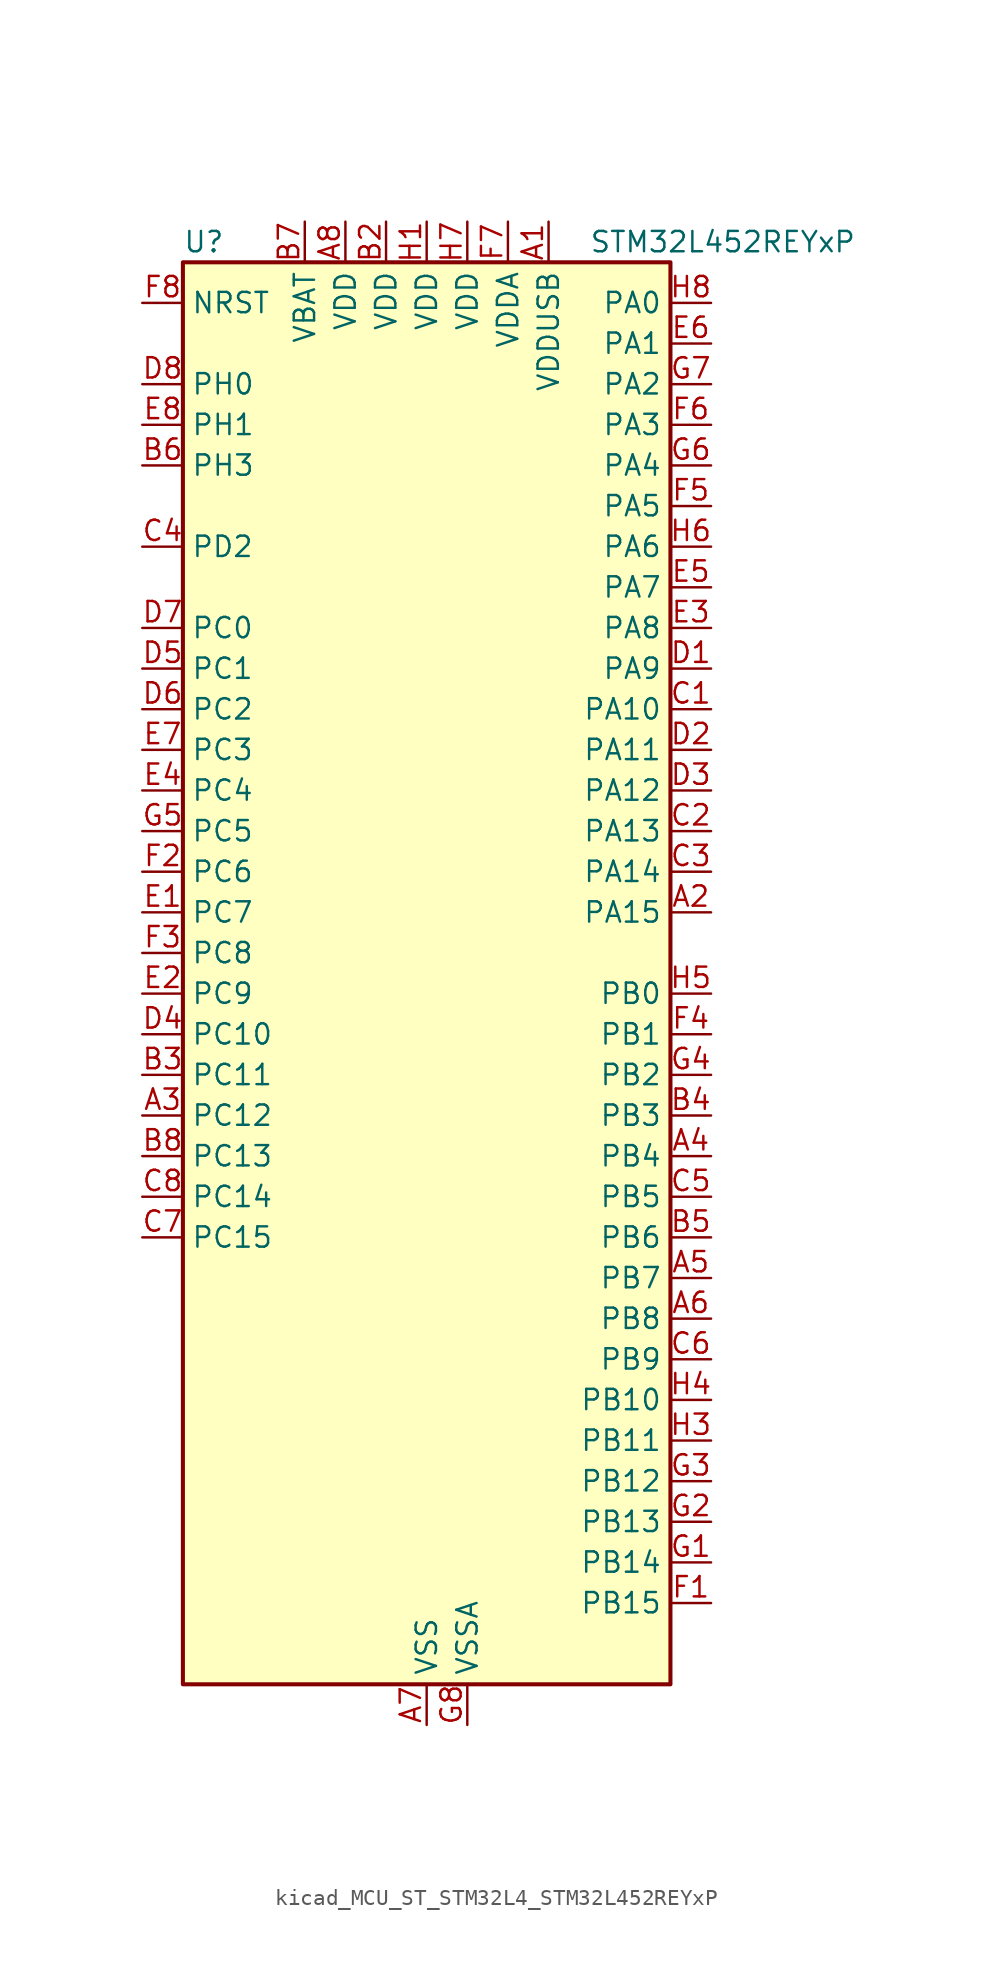
<source format=kicad_sym>
(kicad_symbol_lib
  (version 20220914)
  (generator kicad_symbol_editor)
  (symbol "kicad_MCU_ST_STM32L4_STM32L452REYxP"
    (property "Reference" "U"
      (at -15.24 46.99 0)
      (effects (font (size 1.27 1.27)) (justify left)))
    (property "Value" "STM32L452REYxP"
      (at 10.16 46.99 0)
      (effects (font (size 1.27 1.27)) (justify left)))
    (property "ki_locked" ""
      (at 0 0 0)
      (effects (font (size 1.27 1.27))))
    (symbol "kicad_MCU_ST_STM32L4_STM32L452REYxP_0_1"
      (rectangle (start -15.24 -43.18) (end 15.24 45.72) (stroke (width 0.254) (type default)) (fill (type background))))
    (symbol "kicad_MCU_ST_STM32L4_STM32L452REYxP_1_1"
      (pin power_in line (at 7.62 48.26 270) (length 2.54) (name "VDDUSB" (effects (font (size 1.27 1.27)))) (number "A1" (effects (font (size 1.27 1.27)))))
      (pin bidirectional line (at 17.78 5.08 180) (length 2.54) (name "PA15" (effects (font (size 1.27 1.27)))) (number "A2" (effects (font (size 1.27 1.27)))) (alternate "ADC1_EXTI15" bidirectional line) (alternate "SPI1_NSS" bidirectional line) (alternate "SPI3_NSS" bidirectional line) (alternate "SYS_JTDI" bidirectional line) (alternate "TIM2_CH1" bidirectional line) (alternate "TIM2_ETR" bidirectional line) (alternate "TSC_G3_IO1" bidirectional line) (alternate "UART4_DE" bidirectional line) (alternate "UART4_RTS" bidirectional line) (alternate "USART2_RX" bidirectional line) (alternate "USART3_DE" bidirectional line) (alternate "USART3_RTS" bidirectional line))
      (pin bidirectional line (at -17.78 -7.62 0) (length 2.54) (name "PC12" (effects (font (size 1.27 1.27)))) (number "A3" (effects (font (size 1.27 1.27)))) (alternate "SDMMC1_CK" bidirectional line) (alternate "SPI3_MOSI" bidirectional line) (alternate "SYS_TRACED3" bidirectional line) (alternate "TSC_G3_IO4" bidirectional line) (alternate "USART3_CK" bidirectional line))
      (pin bidirectional line (at 17.78 -10.16 180) (length 2.54) (name "PB4" (effects (font (size 1.27 1.27)))) (number "A4" (effects (font (size 1.27 1.27)))) (alternate "COMP2_INP" bidirectional line) (alternate "I2C3_SDA" bidirectional line) (alternate "SAI1_MCLK_B" bidirectional line) (alternate "SPI1_MISO" bidirectional line) (alternate "SPI3_MISO" bidirectional line) (alternate "SYS_JTRST" bidirectional line) (alternate "TIM3_CH1" bidirectional line) (alternate "TSC_G2_IO1" bidirectional line) (alternate "USART1_CTS" bidirectional line))
      (pin bidirectional line (at 17.78 -17.78 180) (length 2.54) (name "PB7" (effects (font (size 1.27 1.27)))) (number "A5" (effects (font (size 1.27 1.27)))) (alternate "COMP2_INM" bidirectional line) (alternate "I2C1_SDA" bidirectional line) (alternate "I2C4_SDA" bidirectional line) (alternate "LPTIM1_IN2" bidirectional line) (alternate "SYS_PVD_IN" bidirectional line) (alternate "TSC_G2_IO4" bidirectional line) (alternate "UART4_CTS" bidirectional line) (alternate "USART1_RX" bidirectional line))
      (pin bidirectional line (at 17.78 -20.32 180) (length 2.54) (name "PB8" (effects (font (size 1.27 1.27)))) (number "A6" (effects (font (size 1.27 1.27)))) (alternate "CAN1_RX" bidirectional line) (alternate "I2C1_SCL" bidirectional line) (alternate "SAI1_MCLK_A" bidirectional line) (alternate "SDMMC1_D4" bidirectional line) (alternate "TIM16_CH1" bidirectional line))
      (pin power_in line (at 0 -45.72 90) (length 2.54) (name "VSS" (effects (font (size 1.27 1.27)))) (number "A7" (effects (font (size 1.27 1.27)))))
      (pin power_in line (at -5.08 48.26 270) (length 2.54) (name "VDD" (effects (font (size 1.27 1.27)))) (number "A8" (effects (font (size 1.27 1.27)))))
      (pin passive line (at 0 -45.72 90) (length 2.54) hide (name "VSS" (effects (font (size 1.27 1.27)))) (number "B1" (effects (font (size 1.27 1.27)))))
      (pin power_in line (at -2.54 48.26 270) (length 2.54) (name "VDD" (effects (font (size 1.27 1.27)))) (number "B2" (effects (font (size 1.27 1.27)))))
      (pin bidirectional line (at -17.78 -5.08 0) (length 2.54) (name "PC11" (effects (font (size 1.27 1.27)))) (number "B3" (effects (font (size 1.27 1.27)))) (alternate "ADC1_EXTI11" bidirectional line) (alternate "SDMMC1_D3" bidirectional line) (alternate "SPI3_MISO" bidirectional line) (alternate "TSC_G3_IO3" bidirectional line) (alternate "UART4_RX" bidirectional line) (alternate "USART3_RX" bidirectional line))
      (pin bidirectional line (at 17.78 -7.62 180) (length 2.54) (name "PB3" (effects (font (size 1.27 1.27)))) (number "B4" (effects (font (size 1.27 1.27)))) (alternate "COMP2_INM" bidirectional line) (alternate "SAI1_SCK_B" bidirectional line) (alternate "SPI1_SCK" bidirectional line) (alternate "SPI3_SCK" bidirectional line) (alternate "SYS_JTDO-SWO" bidirectional line) (alternate "TIM2_CH2" bidirectional line) (alternate "USART1_DE" bidirectional line) (alternate "USART1_RTS" bidirectional line))
      (pin bidirectional line (at 17.78 -15.24 180) (length 2.54) (name "PB6" (effects (font (size 1.27 1.27)))) (number "B5" (effects (font (size 1.27 1.27)))) (alternate "CAN1_TX" bidirectional line) (alternate "COMP2_INP" bidirectional line) (alternate "I2C1_SCL" bidirectional line) (alternate "I2C4_SCL" bidirectional line) (alternate "LPTIM1_ETR" bidirectional line) (alternate "SAI1_FS_B" bidirectional line) (alternate "TIM16_CH1N" bidirectional line) (alternate "TSC_G2_IO3" bidirectional line) (alternate "USART1_TX" bidirectional line))
      (pin bidirectional line (at -17.78 33.02 0) (length 2.54) (name "PH3" (effects (font (size 1.27 1.27)))) (number "B6" (effects (font (size 1.27 1.27)))))
      (pin power_in line (at -7.62 48.26 270) (length 2.54) (name "VBAT" (effects (font (size 1.27 1.27)))) (number "B7" (effects (font (size 1.27 1.27)))))
      (pin bidirectional line (at -17.78 -10.16 0) (length 2.54) (name "PC13" (effects (font (size 1.27 1.27)))) (number "B8" (effects (font (size 1.27 1.27)))) (alternate "RTC_OUT_ALARM" bidirectional line) (alternate "RTC_OUT_CALIB" bidirectional line) (alternate "RTC_TAMP1" bidirectional line) (alternate "RTC_TS" bidirectional line) (alternate "SYS_WKUP2" bidirectional line))
      (pin bidirectional line (at 17.78 17.78 180) (length 2.54) (name "PA10" (effects (font (size 1.27 1.27)))) (number "C1" (effects (font (size 1.27 1.27)))) (alternate "CRS_SYNC" bidirectional line) (alternate "I2C1_SDA" bidirectional line) (alternate "SAI1_SD_A" bidirectional line) (alternate "TIM1_CH3" bidirectional line) (alternate "USART1_RX" bidirectional line))
      (pin bidirectional line (at 17.78 10.16 180) (length 2.54) (name "PA13" (effects (font (size 1.27 1.27)))) (number "C2" (effects (font (size 1.27 1.27)))) (alternate "IR_OUT" bidirectional line) (alternate "SAI1_SD_B" bidirectional line) (alternate "SYS_JTMS-SWDIO" bidirectional line) (alternate "USB_NOE" bidirectional line))
      (pin bidirectional line (at 17.78 7.62 180) (length 2.54) (name "PA14" (effects (font (size 1.27 1.27)))) (number "C3" (effects (font (size 1.27 1.27)))) (alternate "I2C1_SMBA" bidirectional line) (alternate "I2C4_SMBA" bidirectional line) (alternate "LPTIM1_OUT" bidirectional line) (alternate "SAI1_FS_B" bidirectional line) (alternate "SYS_JTCK-SWCLK" bidirectional line))
      (pin bidirectional line (at -17.78 27.94 0) (length 2.54) (name "PD2" (effects (font (size 1.27 1.27)))) (number "C4" (effects (font (size 1.27 1.27)))) (alternate "SDMMC1_CMD" bidirectional line) (alternate "SYS_TRACED2" bidirectional line) (alternate "TIM3_ETR" bidirectional line) (alternate "TSC_SYNC" bidirectional line) (alternate "USART3_DE" bidirectional line) (alternate "USART3_RTS" bidirectional line))
      (pin bidirectional line (at 17.78 -12.7 180) (length 2.54) (name "PB5" (effects (font (size 1.27 1.27)))) (number "C5" (effects (font (size 1.27 1.27)))) (alternate "CAN1_RX" bidirectional line) (alternate "COMP2_OUT" bidirectional line) (alternate "I2C1_SMBA" bidirectional line) (alternate "LPTIM1_IN1" bidirectional line) (alternate "SAI1_SD_B" bidirectional line) (alternate "SPI1_MOSI" bidirectional line) (alternate "SPI3_MOSI" bidirectional line) (alternate "TIM16_BKIN" bidirectional line) (alternate "TIM3_CH2" bidirectional line) (alternate "TSC_G2_IO2" bidirectional line) (alternate "USART1_CK" bidirectional line))
      (pin bidirectional line (at 17.78 -22.86 180) (length 2.54) (name "PB9" (effects (font (size 1.27 1.27)))) (number "C6" (effects (font (size 1.27 1.27)))) (alternate "CAN1_TX" bidirectional line) (alternate "DAC1_EXTI9" bidirectional line) (alternate "I2C1_SDA" bidirectional line) (alternate "IR_OUT" bidirectional line) (alternate "SAI1_FS_A" bidirectional line) (alternate "SDMMC1_D5" bidirectional line) (alternate "SPI2_NSS" bidirectional line))
      (pin bidirectional line (at -17.78 -15.24 0) (length 2.54) (name "PC15" (effects (font (size 1.27 1.27)))) (number "C7" (effects (font (size 1.27 1.27)))) (alternate "ADC1_EXTI15" bidirectional line) (alternate "RCC_OSC32_OUT" bidirectional line))
      (pin bidirectional line (at -17.78 -12.7 0) (length 2.54) (name "PC14" (effects (font (size 1.27 1.27)))) (number "C8" (effects (font (size 1.27 1.27)))) (alternate "RCC_OSC32_IN" bidirectional line))
      (pin bidirectional line (at 17.78 20.32 180) (length 2.54) (name "PA9" (effects (font (size 1.27 1.27)))) (number "D1" (effects (font (size 1.27 1.27)))) (alternate "DAC1_EXTI9" bidirectional line) (alternate "DFSDM1_DATIN1" bidirectional line) (alternate "I2C1_SCL" bidirectional line) (alternate "SAI1_FS_A" bidirectional line) (alternate "TIM15_BKIN" bidirectional line) (alternate "TIM1_CH2" bidirectional line) (alternate "USART1_TX" bidirectional line))
      (pin bidirectional line (at 17.78 15.24 180) (length 2.54) (name "PA11" (effects (font (size 1.27 1.27)))) (number "D2" (effects (font (size 1.27 1.27)))) (alternate "ADC1_EXTI11" bidirectional line) (alternate "CAN1_RX" bidirectional line) (alternate "COMP1_OUT" bidirectional line) (alternate "SPI1_MISO" bidirectional line) (alternate "TIM1_BKIN2" bidirectional line) (alternate "TIM1_BKIN2_COMP1" bidirectional line) (alternate "TIM1_CH4" bidirectional line) (alternate "USART1_CTS" bidirectional line) (alternate "USB_DM" bidirectional line))
      (pin bidirectional line (at 17.78 12.7 180) (length 2.54) (name "PA12" (effects (font (size 1.27 1.27)))) (number "D3" (effects (font (size 1.27 1.27)))) (alternate "CAN1_TX" bidirectional line) (alternate "SPI1_MOSI" bidirectional line) (alternate "TIM1_ETR" bidirectional line) (alternate "USART1_DE" bidirectional line) (alternate "USART1_RTS" bidirectional line) (alternate "USB_DP" bidirectional line))
      (pin bidirectional line (at -17.78 -2.54 0) (length 2.54) (name "PC10" (effects (font (size 1.27 1.27)))) (number "D4" (effects (font (size 1.27 1.27)))) (alternate "SDMMC1_D2" bidirectional line) (alternate "SPI3_SCK" bidirectional line) (alternate "SYS_TRACED1" bidirectional line) (alternate "TSC_G3_IO2" bidirectional line) (alternate "UART4_TX" bidirectional line) (alternate "USART3_TX" bidirectional line))
      (pin bidirectional line (at -17.78 20.32 0) (length 2.54) (name "PC1" (effects (font (size 1.27 1.27)))) (number "D5" (effects (font (size 1.27 1.27)))) (alternate "ADC1_IN2" bidirectional line) (alternate "I2C3_SDA" bidirectional line) (alternate "I2C4_SDA" bidirectional line) (alternate "LPTIM1_OUT" bidirectional line) (alternate "LPUART1_TX" bidirectional line) (alternate "SYS_TRACED0" bidirectional line))
      (pin bidirectional line (at -17.78 17.78 0) (length 2.54) (name "PC2" (effects (font (size 1.27 1.27)))) (number "D6" (effects (font (size 1.27 1.27)))) (alternate "ADC1_IN3" bidirectional line) (alternate "DFSDM1_CKOUT" bidirectional line) (alternate "LPTIM1_IN2" bidirectional line) (alternate "SPI2_MISO" bidirectional line))
      (pin bidirectional line (at -17.78 22.86 0) (length 2.54) (name "PC0" (effects (font (size 1.27 1.27)))) (number "D7" (effects (font (size 1.27 1.27)))) (alternate "ADC1_IN1" bidirectional line) (alternate "I2C3_SCL" bidirectional line) (alternate "I2C4_SCL" bidirectional line) (alternate "LPTIM1_IN1" bidirectional line) (alternate "LPTIM2_IN1" bidirectional line) (alternate "LPUART1_RX" bidirectional line))
      (pin bidirectional line (at -17.78 38.1 0) (length 2.54) (name "PH0" (effects (font (size 1.27 1.27)))) (number "D8" (effects (font (size 1.27 1.27)))) (alternate "RCC_OSC_IN" bidirectional line))
      (pin bidirectional line (at -17.78 5.08 0) (length 2.54) (name "PC7" (effects (font (size 1.27 1.27)))) (number "E1" (effects (font (size 1.27 1.27)))) (alternate "DFSDM1_DATIN3" bidirectional line) (alternate "SDMMC1_D7" bidirectional line) (alternate "TIM3_CH2" bidirectional line) (alternate "TSC_G4_IO2" bidirectional line))
      (pin bidirectional line (at -17.78 0 0) (length 2.54) (name "PC9" (effects (font (size 1.27 1.27)))) (number "E2" (effects (font (size 1.27 1.27)))) (alternate "DAC1_EXTI9" bidirectional line) (alternate "SDMMC1_D1" bidirectional line) (alternate "TIM3_CH4" bidirectional line) (alternate "TSC_G4_IO4" bidirectional line) (alternate "USB_NOE" bidirectional line))
      (pin bidirectional line (at 17.78 22.86 180) (length 2.54) (name "PA8" (effects (font (size 1.27 1.27)))) (number "E3" (effects (font (size 1.27 1.27)))) (alternate "DFSDM1_CKIN1" bidirectional line) (alternate "LPTIM2_OUT" bidirectional line) (alternate "RCC_MCO" bidirectional line) (alternate "SAI1_SCK_A" bidirectional line) (alternate "TIM1_CH1" bidirectional line) (alternate "USART1_CK" bidirectional line))
      (pin bidirectional line (at -17.78 12.7 0) (length 2.54) (name "PC4" (effects (font (size 1.27 1.27)))) (number "E4" (effects (font (size 1.27 1.27)))) (alternate "ADC1_IN13" bidirectional line) (alternate "COMP1_INM" bidirectional line) (alternate "USART3_TX" bidirectional line))
      (pin bidirectional line (at 17.78 25.4 180) (length 2.54) (name "PA7" (effects (font (size 1.27 1.27)))) (number "E5" (effects (font (size 1.27 1.27)))) (alternate "ADC1_IN12" bidirectional line) (alternate "COMP2_OUT" bidirectional line) (alternate "DFSDM1_DATIN0" bidirectional line) (alternate "I2C3_SCL" bidirectional line) (alternate "QUADSPI_BK1_IO2" bidirectional line) (alternate "SPI1_MOSI" bidirectional line) (alternate "TIM1_CH1N" bidirectional line) (alternate "TIM3_CH2" bidirectional line))
      (pin bidirectional line (at 17.78 40.64 180) (length 2.54) (name "PA1" (effects (font (size 1.27 1.27)))) (number "E6" (effects (font (size 1.27 1.27)))) (alternate "ADC1_IN6" bidirectional line) (alternate "COMP1_INP" bidirectional line) (alternate "I2C1_SMBA" bidirectional line) (alternate "OPAMP1_VINM" bidirectional line) (alternate "SPI1_SCK" bidirectional line) (alternate "TIM15_CH1N" bidirectional line) (alternate "TIM2_CH2" bidirectional line) (alternate "UART4_RX" bidirectional line) (alternate "USART2_DE" bidirectional line) (alternate "USART2_RTS" bidirectional line))
      (pin bidirectional line (at -17.78 15.24 0) (length 2.54) (name "PC3" (effects (font (size 1.27 1.27)))) (number "E7" (effects (font (size 1.27 1.27)))) (alternate "ADC1_IN4" bidirectional line) (alternate "LPTIM1_ETR" bidirectional line) (alternate "LPTIM2_ETR" bidirectional line) (alternate "SAI1_SD_A" bidirectional line) (alternate "SPI2_MOSI" bidirectional line))
      (pin bidirectional line (at -17.78 35.56 0) (length 2.54) (name "PH1" (effects (font (size 1.27 1.27)))) (number "E8" (effects (font (size 1.27 1.27)))) (alternate "RCC_OSC_OUT" bidirectional line))
      (pin bidirectional line (at 17.78 -38.1 180) (length 2.54) (name "PB15" (effects (font (size 1.27 1.27)))) (number "F1" (effects (font (size 1.27 1.27)))) (alternate "ADC1_EXTI15" bidirectional line) (alternate "DFSDM1_CKIN2" bidirectional line) (alternate "RTC_REFIN" bidirectional line) (alternate "SAI1_SD_A" bidirectional line) (alternate "SPI2_MOSI" bidirectional line) (alternate "TIM15_CH2" bidirectional line) (alternate "TIM1_CH3N" bidirectional line) (alternate "TSC_G1_IO4" bidirectional line))
      (pin bidirectional line (at -17.78 7.62 0) (length 2.54) (name "PC6" (effects (font (size 1.27 1.27)))) (number "F2" (effects (font (size 1.27 1.27)))) (alternate "DFSDM1_CKIN3" bidirectional line) (alternate "SDMMC1_D6" bidirectional line) (alternate "TIM3_CH1" bidirectional line) (alternate "TSC_G4_IO1" bidirectional line))
      (pin bidirectional line (at -17.78 2.54 0) (length 2.54) (name "PC8" (effects (font (size 1.27 1.27)))) (number "F3" (effects (font (size 1.27 1.27)))) (alternate "SDMMC1_D0" bidirectional line) (alternate "TIM3_CH3" bidirectional line) (alternate "TSC_G4_IO3" bidirectional line))
      (pin bidirectional line (at 17.78 -2.54 180) (length 2.54) (name "PB1" (effects (font (size 1.27 1.27)))) (number "F4" (effects (font (size 1.27 1.27)))) (alternate "ADC1_IN16" bidirectional line) (alternate "COMP1_INM" bidirectional line) (alternate "DFSDM1_DATIN0" bidirectional line) (alternate "LPTIM2_IN1" bidirectional line) (alternate "LPUART1_DE" bidirectional line) (alternate "LPUART1_RTS" bidirectional line) (alternate "QUADSPI_BK1_IO0" bidirectional line) (alternate "TIM1_CH3N" bidirectional line) (alternate "TIM3_CH4" bidirectional line) (alternate "USART3_DE" bidirectional line) (alternate "USART3_RTS" bidirectional line))
      (pin bidirectional line (at 17.78 30.48 180) (length 2.54) (name "PA5" (effects (font (size 1.27 1.27)))) (number "F5" (effects (font (size 1.27 1.27)))) (alternate "ADC1_IN10" bidirectional line) (alternate "COMP1_INM" bidirectional line) (alternate "COMP2_INM" bidirectional line) (alternate "DFSDM1_CKOUT" bidirectional line) (alternate "LPTIM2_ETR" bidirectional line) (alternate "SPI1_SCK" bidirectional line) (alternate "TIM2_CH1" bidirectional line) (alternate "TIM2_ETR" bidirectional line))
      (pin bidirectional line (at 17.78 35.56 180) (length 2.54) (name "PA3" (effects (font (size 1.27 1.27)))) (number "F6" (effects (font (size 1.27 1.27)))) (alternate "ADC1_IN8" bidirectional line) (alternate "COMP2_INP" bidirectional line) (alternate "LPUART1_RX" bidirectional line) (alternate "OPAMP1_VOUT" bidirectional line) (alternate "QUADSPI_CLK" bidirectional line) (alternate "SAI1_MCLK_A" bidirectional line) (alternate "TIM15_CH2" bidirectional line) (alternate "TIM2_CH4" bidirectional line) (alternate "USART2_RX" bidirectional line))
      (pin power_in line (at 5.08 48.26 270) (length 2.54) (name "VDDA" (effects (font (size 1.27 1.27)))) (number "F7" (effects (font (size 1.27 1.27)))))
      (pin input line (at -17.78 43.18 0) (length 2.54) (name "NRST" (effects (font (size 1.27 1.27)))) (number "F8" (effects (font (size 1.27 1.27)))))
      (pin bidirectional line (at 17.78 -35.56 180) (length 2.54) (name "PB14" (effects (font (size 1.27 1.27)))) (number "G1" (effects (font (size 1.27 1.27)))) (alternate "DFSDM1_DATIN2" bidirectional line) (alternate "I2C2_SDA" bidirectional line) (alternate "SAI1_MCLK_A" bidirectional line) (alternate "SPI2_MISO" bidirectional line) (alternate "TIM15_CH1" bidirectional line) (alternate "TIM1_CH2N" bidirectional line) (alternate "TSC_G1_IO3" bidirectional line) (alternate "USART3_DE" bidirectional line) (alternate "USART3_RTS" bidirectional line))
      (pin bidirectional line (at 17.78 -33.02 180) (length 2.54) (name "PB13" (effects (font (size 1.27 1.27)))) (number "G2" (effects (font (size 1.27 1.27)))) (alternate "CAN1_TX" bidirectional line) (alternate "DFSDM1_CKIN1" bidirectional line) (alternate "I2C2_SCL" bidirectional line) (alternate "LPUART1_CTS" bidirectional line) (alternate "SAI1_SCK_A" bidirectional line) (alternate "SPI2_SCK" bidirectional line) (alternate "TIM15_CH1N" bidirectional line) (alternate "TIM1_CH1N" bidirectional line) (alternate "TSC_G1_IO2" bidirectional line) (alternate "USART3_CTS" bidirectional line))
      (pin bidirectional line (at 17.78 -30.48 180) (length 2.54) (name "PB12" (effects (font (size 1.27 1.27)))) (number "G3" (effects (font (size 1.27 1.27)))) (alternate "CAN1_RX" bidirectional line) (alternate "DFSDM1_DATIN1" bidirectional line) (alternate "I2C2_SMBA" bidirectional line) (alternate "LPUART1_DE" bidirectional line) (alternate "LPUART1_RTS" bidirectional line) (alternate "SAI1_FS_A" bidirectional line) (alternate "SPI2_NSS" bidirectional line) (alternate "TIM15_BKIN" bidirectional line) (alternate "TIM1_BKIN" bidirectional line) (alternate "TIM1_BKIN_COMP2" bidirectional line) (alternate "TSC_G1_IO1" bidirectional line) (alternate "USART3_CK" bidirectional line))
      (pin bidirectional line (at 17.78 -5.08 180) (length 2.54) (name "PB2" (effects (font (size 1.27 1.27)))) (number "G4" (effects (font (size 1.27 1.27)))) (alternate "COMP1_INP" bidirectional line) (alternate "DFSDM1_CKIN0" bidirectional line) (alternate "I2C3_SMBA" bidirectional line) (alternate "LPTIM1_OUT" bidirectional line) (alternate "RTC_OUT_ALARM" bidirectional line) (alternate "RTC_OUT_CALIB" bidirectional line))
      (pin bidirectional line (at -17.78 10.16 0) (length 2.54) (name "PC5" (effects (font (size 1.27 1.27)))) (number "G5" (effects (font (size 1.27 1.27)))) (alternate "ADC1_IN14" bidirectional line) (alternate "COMP1_INP" bidirectional line) (alternate "SYS_WKUP5" bidirectional line) (alternate "USART3_RX" bidirectional line))
      (pin bidirectional line (at 17.78 33.02 180) (length 2.54) (name "PA4" (effects (font (size 1.27 1.27)))) (number "G6" (effects (font (size 1.27 1.27)))) (alternate "ADC1_IN9" bidirectional line) (alternate "COMP1_INM" bidirectional line) (alternate "COMP2_INM" bidirectional line) (alternate "DAC1_OUT1" bidirectional line) (alternate "LPTIM2_OUT" bidirectional line) (alternate "SAI1_FS_B" bidirectional line) (alternate "SPI1_NSS" bidirectional line) (alternate "SPI3_NSS" bidirectional line) (alternate "USART2_CK" bidirectional line))
      (pin bidirectional line (at 17.78 38.1 180) (length 2.54) (name "PA2" (effects (font (size 1.27 1.27)))) (number "G7" (effects (font (size 1.27 1.27)))) (alternate "ADC1_IN7" bidirectional line) (alternate "COMP2_INM" bidirectional line) (alternate "COMP2_OUT" bidirectional line) (alternate "LPUART1_TX" bidirectional line) (alternate "QUADSPI_BK1_NCS" bidirectional line) (alternate "RCC_LSCO" bidirectional line) (alternate "SYS_WKUP4" bidirectional line) (alternate "TIM15_CH1" bidirectional line) (alternate "TIM2_CH3" bidirectional line) (alternate "USART2_TX" bidirectional line))
      (pin power_in line (at 2.54 -45.72 90) (length 2.54) (name "VSSA" (effects (font (size 1.27 1.27)))) (number "G8" (effects (font (size 1.27 1.27)))))
      (pin power_in line (at 0 48.26 270) (length 2.54) (name "VDD" (effects (font (size 1.27 1.27)))) (number "H1" (effects (font (size 1.27 1.27)))))
      (pin passive line (at 0 -45.72 90) (length 2.54) hide (name "VSS" (effects (font (size 1.27 1.27)))) (number "H2" (effects (font (size 1.27 1.27)))))
      (pin bidirectional line (at 17.78 -27.94 180) (length 2.54) (name "PB11" (effects (font (size 1.27 1.27)))) (number "H3" (effects (font (size 1.27 1.27)))) (alternate "ADC1_EXTI11" bidirectional line) (alternate "COMP2_OUT" bidirectional line) (alternate "I2C2_SDA" bidirectional line) (alternate "I2C4_SDA" bidirectional line) (alternate "LPUART1_TX" bidirectional line) (alternate "QUADSPI_BK1_NCS" bidirectional line) (alternate "TIM2_CH4" bidirectional line) (alternate "USART3_RX" bidirectional line))
      (pin bidirectional line (at 17.78 -25.4 180) (length 2.54) (name "PB10" (effects (font (size 1.27 1.27)))) (number "H4" (effects (font (size 1.27 1.27)))) (alternate "COMP1_OUT" bidirectional line) (alternate "I2C2_SCL" bidirectional line) (alternate "I2C4_SCL" bidirectional line) (alternate "LPUART1_RX" bidirectional line) (alternate "QUADSPI_CLK" bidirectional line) (alternate "SAI1_SCK_A" bidirectional line) (alternate "SPI2_SCK" bidirectional line) (alternate "TIM2_CH3" bidirectional line) (alternate "TSC_SYNC" bidirectional line) (alternate "USART3_TX" bidirectional line))
      (pin bidirectional line (at 17.78 0 180) (length 2.54) (name "PB0" (effects (font (size 1.27 1.27)))) (number "H5" (effects (font (size 1.27 1.27)))) (alternate "ADC1_IN15" bidirectional line) (alternate "COMP1_OUT" bidirectional line) (alternate "DFSDM1_CKIN0" bidirectional line) (alternate "QUADSPI_BK1_IO1" bidirectional line) (alternate "SAI1_EXTCLK" bidirectional line) (alternate "SPI1_NSS" bidirectional line) (alternate "TIM1_CH2N" bidirectional line) (alternate "TIM3_CH3" bidirectional line) (alternate "USART3_CK" bidirectional line))
      (pin bidirectional line (at 17.78 27.94 180) (length 2.54) (name "PA6" (effects (font (size 1.27 1.27)))) (number "H6" (effects (font (size 1.27 1.27)))) (alternate "ADC1_IN11" bidirectional line) (alternate "COMP1_OUT" bidirectional line) (alternate "LPUART1_CTS" bidirectional line) (alternate "QUADSPI_BK1_IO3" bidirectional line) (alternate "SPI1_MISO" bidirectional line) (alternate "TIM16_CH1" bidirectional line) (alternate "TIM1_BKIN" bidirectional line) (alternate "TIM1_BKIN_COMP2" bidirectional line) (alternate "TIM3_CH1" bidirectional line) (alternate "USART3_CTS" bidirectional line))
      (pin power_in line (at 2.54 48.26 270) (length 2.54) (name "VDD" (effects (font (size 1.27 1.27)))) (number "H7" (effects (font (size 1.27 1.27)))))
      (pin bidirectional line (at 17.78 43.18 180) (length 2.54) (name "PA0" (effects (font (size 1.27 1.27)))) (number "H8" (effects (font (size 1.27 1.27)))) (alternate "ADC1_IN5" bidirectional line) (alternate "COMP1_INM" bidirectional line) (alternate "COMP1_OUT" bidirectional line) (alternate "OPAMP1_VINP" bidirectional line) (alternate "RTC_TAMP2" bidirectional line) (alternate "SAI1_EXTCLK" bidirectional line) (alternate "SYS_WKUP1" bidirectional line) (alternate "TIM2_CH1" bidirectional line) (alternate "TIM2_ETR" bidirectional line) (alternate "UART4_TX" bidirectional line) (alternate "USART2_CTS" bidirectional line)))))
</source>
